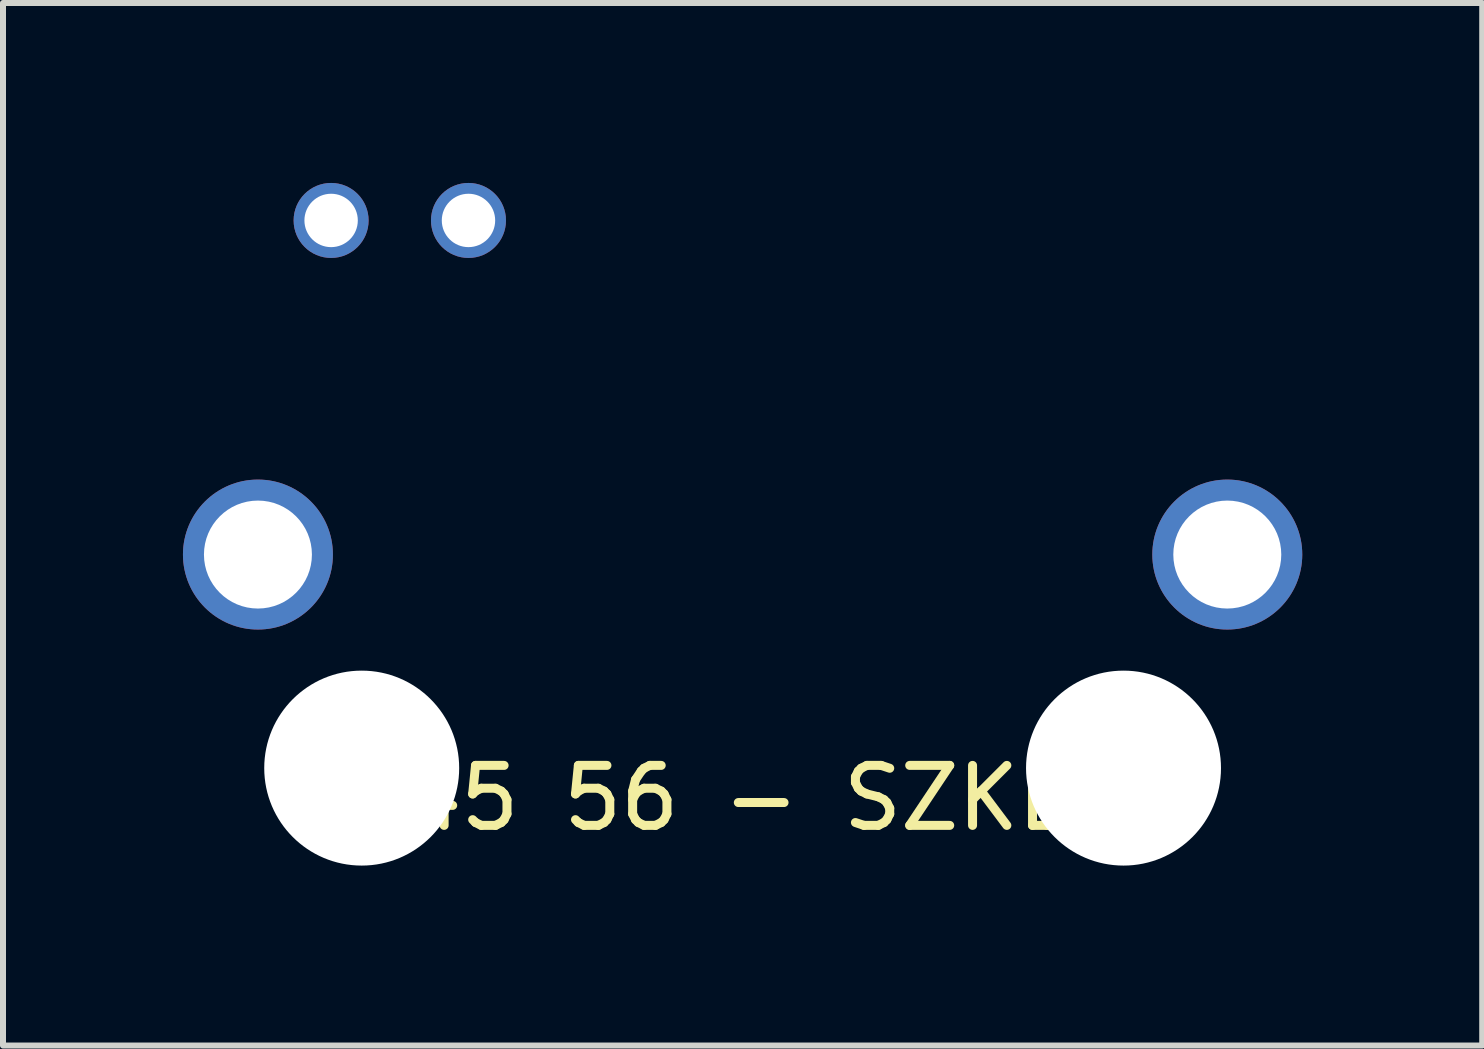
<source format=kicad_pcb>
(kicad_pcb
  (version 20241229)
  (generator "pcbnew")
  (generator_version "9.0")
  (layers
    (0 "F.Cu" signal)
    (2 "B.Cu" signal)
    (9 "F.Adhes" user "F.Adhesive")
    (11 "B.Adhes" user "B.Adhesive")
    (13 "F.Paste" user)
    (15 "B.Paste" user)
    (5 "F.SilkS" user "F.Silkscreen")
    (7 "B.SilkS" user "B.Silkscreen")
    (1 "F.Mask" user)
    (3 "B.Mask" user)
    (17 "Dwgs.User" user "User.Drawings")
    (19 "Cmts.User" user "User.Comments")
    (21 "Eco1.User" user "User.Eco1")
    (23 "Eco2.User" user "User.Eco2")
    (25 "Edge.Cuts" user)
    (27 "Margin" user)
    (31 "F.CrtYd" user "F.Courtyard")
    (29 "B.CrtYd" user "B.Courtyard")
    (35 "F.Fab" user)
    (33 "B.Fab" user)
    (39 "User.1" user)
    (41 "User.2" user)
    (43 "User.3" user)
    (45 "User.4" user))
  (footprint "RJ45 56 - SZKDSF"
    (layer "F.Cu")
    (at 9.33 9.755)
    (property "Reference" "RJ45 56 - SZKDSF" (at 0 0.5 0) (layer "F.SilkS") (effects (font (size 1 1) (thickness 0.15))))
    (attr through_hole)
    (pad "" np_thru_hole circle (at -6.35 0) (size 3.25 3.25) (drill 3.25) (layers "*.Cu" "*.Mask"))
    (pad "" np_thru_hole circle (at 6.35 0) (size 3.25 3.25) (drill 3.25) (layers "*.Cu" "*.Mask"))
    (pad "0" thru_hole circle (at -8.08 -3.56) (size 2.5 2.5) (drill 1.8) (layers "*.Cu" "*.Mask"))
    (pad "0" thru_hole circle (at 8.08 -3.56) (size 2.5 2.5) (drill 1.8) (layers "*.Cu" "*.Mask"))
    (pad "9" thru_hole circle (at -6.86 -9.13) (size 1.25 1.25) (drill 0.89) (layers "*.Cu" "*.Mask"))
    (pad "10" thru_hole circle (at -4.57 -9.13) (size 1.25 1.25) (drill 0.89) (layers "*.Cu" "*.Mask")))
  (gr_rect
    (start -3 -3)
    (end 21.66 14.38)
    (stroke (width 0.1) (type default))
    (fill no)
    (layer "Edge.Cuts")))
</source>
